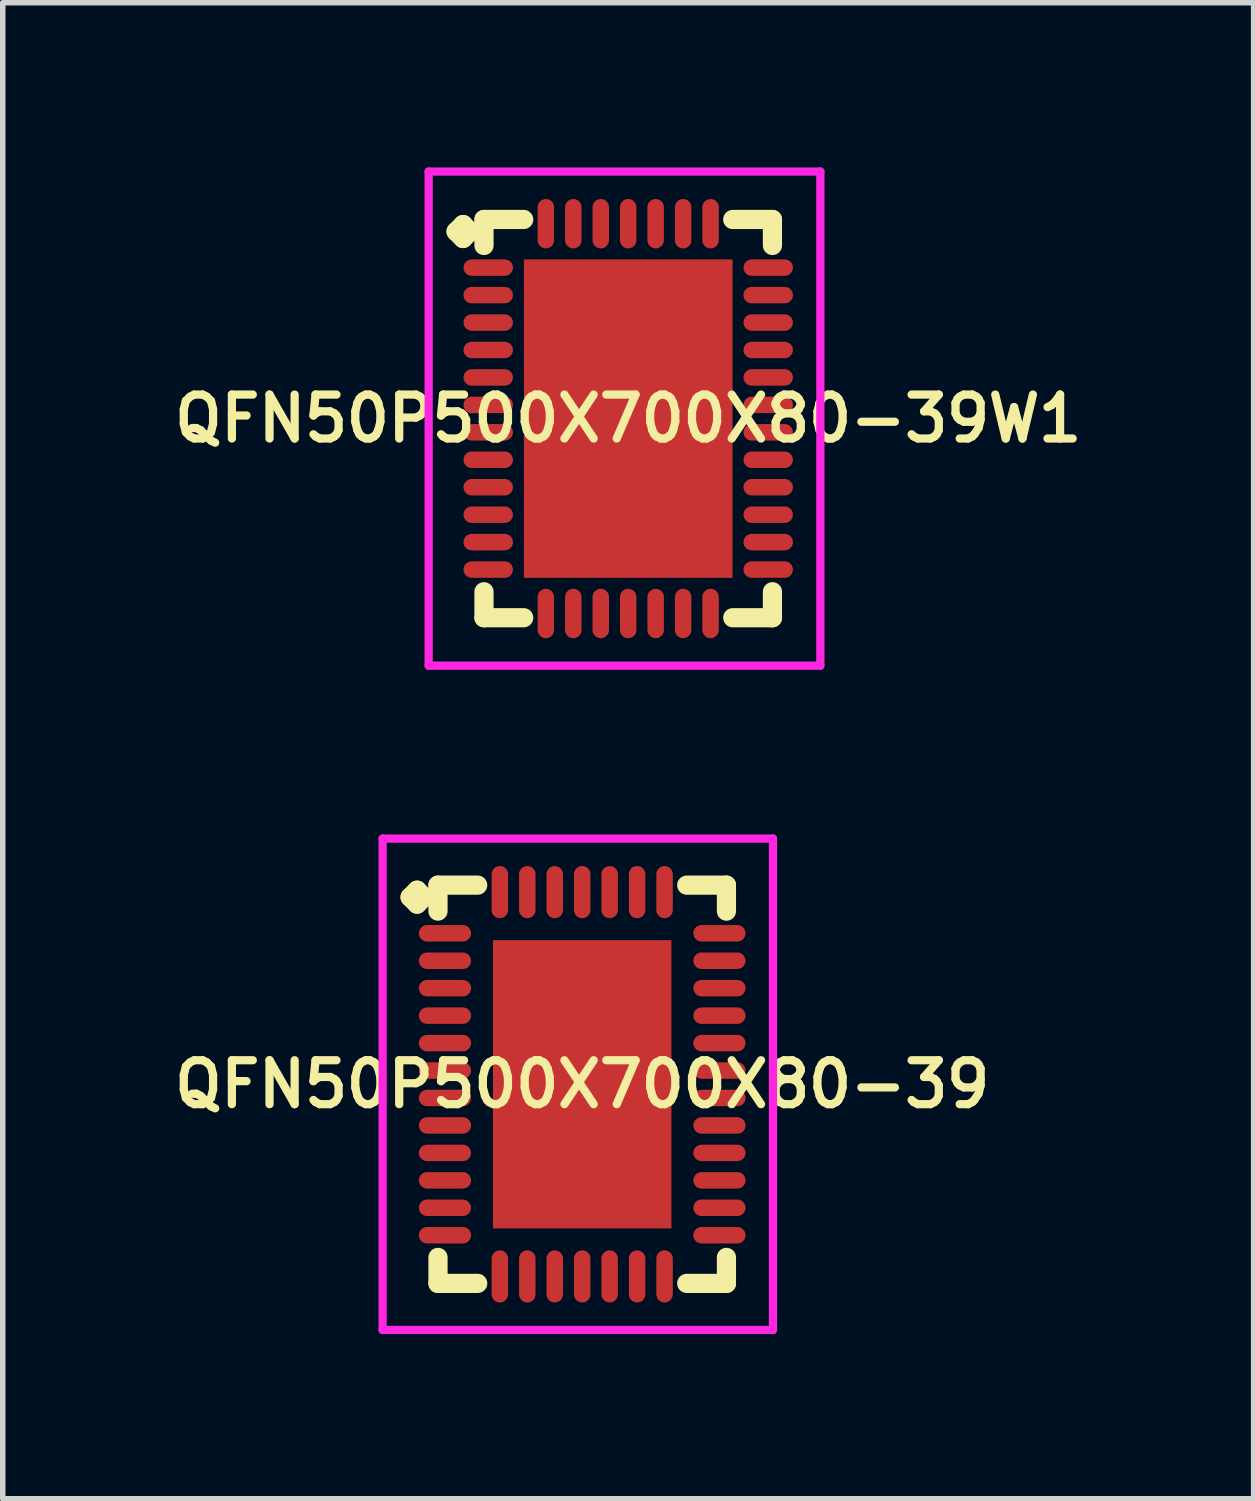
<source format=kicad_pcb>
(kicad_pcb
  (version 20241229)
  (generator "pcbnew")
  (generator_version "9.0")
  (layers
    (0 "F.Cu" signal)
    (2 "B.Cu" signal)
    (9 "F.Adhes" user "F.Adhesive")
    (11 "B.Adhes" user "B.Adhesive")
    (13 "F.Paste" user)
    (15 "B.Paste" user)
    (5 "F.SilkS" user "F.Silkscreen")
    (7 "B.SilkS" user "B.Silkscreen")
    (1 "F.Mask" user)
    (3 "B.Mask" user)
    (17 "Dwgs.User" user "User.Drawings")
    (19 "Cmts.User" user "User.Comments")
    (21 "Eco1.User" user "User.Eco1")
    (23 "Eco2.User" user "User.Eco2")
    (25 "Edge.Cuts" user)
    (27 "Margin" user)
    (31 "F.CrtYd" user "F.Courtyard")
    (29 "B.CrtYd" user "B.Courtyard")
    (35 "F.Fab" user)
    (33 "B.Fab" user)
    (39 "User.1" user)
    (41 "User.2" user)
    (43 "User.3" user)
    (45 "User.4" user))
  (footprint "QFN50P500X700X80-39"
    (layer "F.Cu")
    (at 7.555 16.7)
    (property "Reference" "QFN50P500X700X80-39" (at 0 0 0) (layer "F.SilkS") (effects (font (size 0.8 0.8) (thickness 0.15))))
    (attr smd)
    (fp_line (start -3.135 -3.408) (end -3.008 -3.535) (stroke (width 0.35) (type solid)) (layer "F.SilkS"))
    (fp_line (start -3.008 -3.535) (end -2.881 -3.408) (stroke (width 0.35) (type solid)) (layer "F.SilkS"))
    (fp_line (start -3.008 -3.281) (end -3.135 -3.408) (stroke (width 0.35) (type solid)) (layer "F.SilkS"))
    (fp_line (start -2.881 -3.408) (end -3.008 -3.281) (stroke (width 0.35) (type solid)) (layer "F.SilkS"))
    (fp_line (start -2.627 -3.627) (end -1.904 -3.627) (stroke (width 0.35) (type solid)) (layer "F.SilkS"))
    (fp_line (start -2.627 -3.154) (end -2.627 -3.627) (stroke (width 0.35) (type solid)) (layer "F.SilkS"))
    (fp_line (start -2.627 3.154) (end -2.627 3.627) (stroke (width 0.35) (type solid)) (layer "F.SilkS"))
    (fp_line (start -2.627 3.627) (end -1.904 3.627) (stroke (width 0.35) (type solid)) (layer "F.SilkS"))
    (fp_line (start 1.904 -3.627) (end 2.627 -3.627) (stroke (width 0.35) (type solid)) (layer "F.SilkS"))
    (fp_line (start 1.904 3.627) (end 2.627 3.627) (stroke (width 0.35) (type solid)) (layer "F.SilkS"))
    (fp_line (start 2.627 -3.627) (end 2.627 -3.154) (stroke (width 0.35) (type solid)) (layer "F.SilkS"))
    (fp_line (start 2.627 3.627) (end 2.627 3.154) (stroke (width 0.35) (type solid)) (layer "F.SilkS"))
    (fp_line (start -3.635 -4.475) (end 3.475 -4.475) (stroke (width 0.15) (type solid)) (layer "F.CrtYd"))
    (fp_line (start -3.635 4.475) (end -3.635 -4.475) (stroke (width 0.15) (type solid)) (layer "F.CrtYd"))
    (fp_line (start 3.475 -4.475) (end 3.475 4.475) (stroke (width 0.15) (type solid)) (layer "F.CrtYd"))
    (fp_line (start 3.475 4.475) (end -3.635 4.475) (stroke (width 0.15) (type solid)) (layer "F.CrtYd"))
    (pad "1" smd oval (at -2.5 -2.75) (size 0.95 0.3) (layers "F.Cu" "F.Mask" "F.Paste"))
    (pad "2" smd oval (at -2.5 -2.25) (size 0.95 0.3) (layers "F.Cu" "F.Mask" "F.Paste"))
    (pad "3" smd oval (at -2.5 -1.75) (size 0.95 0.3) (layers "F.Cu" "F.Mask" "F.Paste"))
    (pad "4" smd oval (at -2.5 -1.25) (size 0.95 0.3) (layers "F.Cu" "F.Mask" "F.Paste"))
    (pad "5" smd oval (at -2.5 -0.75) (size 0.95 0.3) (layers "F.Cu" "F.Mask" "F.Paste"))
    (pad "6" smd oval (at -2.5 -0.25) (size 0.95 0.3) (layers "F.Cu" "F.Mask" "F.Paste"))
    (pad "7" smd oval (at -2.5 0.25) (size 0.95 0.3) (layers "F.Cu" "F.Mask" "F.Paste"))
    (pad "8" smd oval (at -2.5 0.75) (size 0.95 0.3) (layers "F.Cu" "F.Mask" "F.Paste"))
    (pad "9" smd oval (at -2.5 1.25) (size 0.95 0.3) (layers "F.Cu" "F.Mask" "F.Paste"))
    (pad "10" smd oval (at -2.5 1.75) (size 0.95 0.3) (layers "F.Cu" "F.Mask" "F.Paste"))
    (pad "11" smd oval (at -2.5 2.25) (size 0.95 0.3) (layers "F.Cu" "F.Mask" "F.Paste"))
    (pad "12" smd oval (at -2.5 2.75) (size 0.95 0.3) (layers "F.Cu" "F.Mask" "F.Paste"))
    (pad "13" smd oval (at -1.5 3.5) (size 0.3 0.95) (layers "F.Cu" "F.Mask" "F.Paste"))
    (pad "14" smd oval (at -1 3.5) (size 0.3 0.95) (layers "F.Cu" "F.Mask" "F.Paste"))
    (pad "15" smd oval (at -0.5 3.5) (size 0.3 0.95) (layers "F.Cu" "F.Mask" "F.Paste"))
    (pad "16" smd oval (at 0 3.5) (size 0.3 0.95) (layers "F.Cu" "F.Mask" "F.Paste"))
    (pad "17" smd oval (at 0.5 3.5) (size 0.3 0.95) (layers "F.Cu" "F.Mask" "F.Paste"))
    (pad "18" smd oval (at 1 3.5) (size 0.3 0.95) (layers "F.Cu" "F.Mask" "F.Paste"))
    (pad "19" smd oval (at 1.5 3.5) (size 0.3 0.95) (layers "F.Cu" "F.Mask" "F.Paste"))
    (pad "20" smd oval (at 2.5 2.75) (size 0.95 0.3) (layers "F.Cu" "F.Mask" "F.Paste"))
    (pad "21" smd oval (at 2.5 2.25) (size 0.95 0.3) (layers "F.Cu" "F.Mask" "F.Paste"))
    (pad "22" smd oval (at 2.5 1.75) (size 0.95 0.3) (layers "F.Cu" "F.Mask" "F.Paste"))
    (pad "23" smd oval (at 2.5 1.25) (size 0.95 0.3) (layers "F.Cu" "F.Mask" "F.Paste"))
    (pad "24" smd oval (at 2.5 0.75) (size 0.95 0.3) (layers "F.Cu" "F.Mask" "F.Paste"))
    (pad "25" smd oval (at 2.5 0.25) (size 0.95 0.3) (layers "F.Cu" "F.Mask" "F.Paste"))
    (pad "26" smd oval (at 2.5 -0.25) (size 0.95 0.3) (layers "F.Cu" "F.Mask" "F.Paste"))
    (pad "27" smd oval (at 2.5 -0.75) (size 0.95 0.3) (layers "F.Cu" "F.Mask" "F.Paste"))
    (pad "28" smd oval (at 2.5 -1.25) (size 0.95 0.3) (layers "F.Cu" "F.Mask" "F.Paste"))
    (pad "29" smd oval (at 2.5 -1.75) (size 0.95 0.3) (layers "F.Cu" "F.Mask" "F.Paste"))
    (pad "30" smd oval (at 2.5 -2.25) (size 0.95 0.3) (layers "F.Cu" "F.Mask" "F.Paste"))
    (pad "31" smd oval (at 2.5 -2.75) (size 0.95 0.3) (layers "F.Cu" "F.Mask" "F.Paste"))
    (pad "32" smd oval (at 1.5 -3.5) (size 0.3 0.95) (layers "F.Cu" "F.Mask" "F.Paste"))
    (pad "33" smd oval (at 1 -3.5) (size 0.3 0.95) (layers "F.Cu" "F.Mask" "F.Paste"))
    (pad "34" smd oval (at 0.5 -3.5) (size 0.3 0.95) (layers "F.Cu" "F.Mask" "F.Paste"))
    (pad "35" smd oval (at 0 -3.5) (size 0.3 0.95) (layers "F.Cu" "F.Mask" "F.Paste"))
    (pad "36" smd oval (at -0.5 -3.5) (size 0.3 0.95) (layers "F.Cu" "F.Mask" "F.Paste"))
    (pad "37" smd oval (at -1 -3.5) (size 0.3 0.95) (layers "F.Cu" "F.Mask" "F.Paste"))
    (pad "38" smd oval (at -1.5 -3.5) (size 0.3 0.95) (layers "F.Cu" "F.Mask" "F.Paste"))
    (pad "39" smd rect (at 0 0) (size 3.25 5.25) (layers "F.Cu" "F.Mask" "F.Paste")))
  (footprint "QFN50P500X700X80-39W1"
    (layer "F.Cu")
    (at 8.393 4.575)
    (property "Reference" "QFN50P500X700X80-39W1" (at 0 0 0) (layer "F.SilkS") (effects (font (size 0.8 0.8) (thickness 0.15))))
    (attr smd)
    (fp_line (start -3.135 -3.408) (end -3.008 -3.535) (stroke (width 0.35) (type solid)) (layer "F.SilkS"))
    (fp_line (start -3.008 -3.535) (end -2.881 -3.408) (stroke (width 0.35) (type solid)) (layer "F.SilkS"))
    (fp_line (start -3.008 -3.281) (end -3.135 -3.408) (stroke (width 0.35) (type solid)) (layer "F.SilkS"))
    (fp_line (start -2.881 -3.408) (end -3.008 -3.281) (stroke (width 0.35) (type solid)) (layer "F.SilkS"))
    (fp_line (start -2.627 -3.627) (end -1.904 -3.627) (stroke (width 0.35) (type solid)) (layer "F.SilkS"))
    (fp_line (start -2.627 -3.154) (end -2.627 -3.627) (stroke (width 0.35) (type solid)) (layer "F.SilkS"))
    (fp_line (start -2.627 3.154) (end -2.627 3.627) (stroke (width 0.35) (type solid)) (layer "F.SilkS"))
    (fp_line (start -2.627 3.627) (end -1.904 3.627) (stroke (width 0.35) (type solid)) (layer "F.SilkS"))
    (fp_line (start 1.904 -3.627) (end 2.627 -3.627) (stroke (width 0.35) (type solid)) (layer "F.SilkS"))
    (fp_line (start 1.904 3.627) (end 2.627 3.627) (stroke (width 0.35) (type solid)) (layer "F.SilkS"))
    (fp_line (start 2.627 -3.627) (end 2.627 -3.154) (stroke (width 0.35) (type solid)) (layer "F.SilkS"))
    (fp_line (start 2.627 3.627) (end 2.627 3.154) (stroke (width 0.35) (type solid)) (layer "F.SilkS"))
    (fp_line (start -3.635 -4.5) (end 3.5 -4.5) (stroke (width 0.15) (type solid)) (layer "F.CrtYd"))
    (fp_line (start -3.635 4.5) (end -3.635 -4.5) (stroke (width 0.15) (type solid)) (layer "F.CrtYd"))
    (fp_line (start 3.5 -4.5) (end 3.5 4.5) (stroke (width 0.15) (type solid)) (layer "F.CrtYd"))
    (fp_line (start 3.5 4.5) (end -3.635 4.5) (stroke (width 0.15) (type solid)) (layer "F.CrtYd"))
    (pad "1" smd oval (at -2.55 -2.75) (size 0.9 0.3) (layers "F.Cu" "F.Mask" "F.Paste"))
    (pad "2" smd oval (at -2.55 -2.25) (size 0.9 0.3) (layers "F.Cu" "F.Mask" "F.Paste"))
    (pad "3" smd oval (at -2.55 -1.75) (size 0.9 0.3) (layers "F.Cu" "F.Mask" "F.Paste"))
    (pad "4" smd oval (at -2.55 -1.25) (size 0.9 0.3) (layers "F.Cu" "F.Mask" "F.Paste"))
    (pad "5" smd oval (at -2.55 -0.75) (size 0.9 0.3) (layers "F.Cu" "F.Mask" "F.Paste"))
    (pad "6" smd oval (at -2.55 -0.25) (size 0.9 0.3) (layers "F.Cu" "F.Mask" "F.Paste"))
    (pad "7" smd oval (at -2.55 0.25) (size 0.9 0.3) (layers "F.Cu" "F.Mask" "F.Paste"))
    (pad "8" smd oval (at -2.55 0.75) (size 0.9 0.3) (layers "F.Cu" "F.Mask" "F.Paste"))
    (pad "9" smd oval (at -2.55 1.25) (size 0.9 0.3) (layers "F.Cu" "F.Mask" "F.Paste"))
    (pad "10" smd oval (at -2.55 1.75) (size 0.9 0.3) (layers "F.Cu" "F.Mask" "F.Paste"))
    (pad "11" smd oval (at -2.55 2.25) (size 0.9 0.3) (layers "F.Cu" "F.Mask" "F.Paste"))
    (pad "12" smd oval (at -2.55 2.75) (size 0.9 0.3) (layers "F.Cu" "F.Mask" "F.Paste"))
    (pad "13" smd oval (at -1.5 3.55) (size 0.3 0.9) (layers "F.Cu" "F.Mask" "F.Paste"))
    (pad "14" smd oval (at -1 3.55) (size 0.3 0.9) (layers "F.Cu" "F.Mask" "F.Paste"))
    (pad "15" smd oval (at -0.5 3.55) (size 0.3 0.9) (layers "F.Cu" "F.Mask" "F.Paste"))
    (pad "16" smd oval (at 0 3.55) (size 0.3 0.9) (layers "F.Cu" "F.Mask" "F.Paste"))
    (pad "17" smd oval (at 0.5 3.55) (size 0.3 0.9) (layers "F.Cu" "F.Mask" "F.Paste"))
    (pad "18" smd oval (at 1 3.55) (size 0.3 0.9) (layers "F.Cu" "F.Mask" "F.Paste"))
    (pad "19" smd oval (at 1.5 3.55) (size 0.3 0.9) (layers "F.Cu" "F.Mask" "F.Paste"))
    (pad "20" smd oval (at 2.55 2.75) (size 0.9 0.3) (layers "F.Cu" "F.Mask" "F.Paste"))
    (pad "21" smd oval (at 2.55 2.25) (size 0.9 0.3) (layers "F.Cu" "F.Mask" "F.Paste"))
    (pad "22" smd oval (at 2.55 1.75) (size 0.9 0.3) (layers "F.Cu" "F.Mask" "F.Paste"))
    (pad "23" smd oval (at 2.55 1.25) (size 0.9 0.3) (layers "F.Cu" "F.Mask" "F.Paste"))
    (pad "24" smd oval (at 2.55 0.75) (size 0.9 0.3) (layers "F.Cu" "F.Mask" "F.Paste"))
    (pad "25" smd oval (at 2.55 0.25) (size 0.9 0.3) (layers "F.Cu" "F.Mask" "F.Paste"))
    (pad "26" smd oval (at 2.55 -0.25) (size 0.9 0.3) (layers "F.Cu" "F.Mask" "F.Paste"))
    (pad "27" smd oval (at 2.55 -0.75) (size 0.9 0.3) (layers "F.Cu" "F.Mask" "F.Paste"))
    (pad "28" smd oval (at 2.55 -1.25) (size 0.9 0.3) (layers "F.Cu" "F.Mask" "F.Paste"))
    (pad "29" smd oval (at 2.55 -1.75) (size 0.9 0.3) (layers "F.Cu" "F.Mask" "F.Paste"))
    (pad "30" smd oval (at 2.55 -2.25) (size 0.9 0.3) (layers "F.Cu" "F.Mask" "F.Paste"))
    (pad "31" smd oval (at 2.55 -2.75) (size 0.9 0.3) (layers "F.Cu" "F.Mask" "F.Paste"))
    (pad "32" smd oval (at 1.5 -3.55) (size 0.3 0.9) (layers "F.Cu" "F.Mask" "F.Paste"))
    (pad "33" smd oval (at 1 -3.55) (size 0.3 0.9) (layers "F.Cu" "F.Mask" "F.Paste"))
    (pad "34" smd oval (at 0.5 -3.55) (size 0.3 0.9) (layers "F.Cu" "F.Mask" "F.Paste"))
    (pad "35" smd oval (at 0 -3.55) (size 0.3 0.9) (layers "F.Cu" "F.Mask" "F.Paste"))
    (pad "36" smd oval (at -0.5 -3.55) (size 0.3 0.9) (layers "F.Cu" "F.Mask" "F.Paste"))
    (pad "37" smd oval (at -1 -3.55) (size 0.3 0.9) (layers "F.Cu" "F.Mask" "F.Paste"))
    (pad "38" smd oval (at -1.5 -3.55) (size 0.3 0.9) (layers "F.Cu" "F.Mask" "F.Paste"))
    (pad "39" smd rect (at 0 0) (size 3.8 5.8) (layers "F.Cu" "F.Mask" "F.Paste")))
  (gr_rect
    (start -3 -3)
    (end 19.785 24.25)
    (stroke (width 0.1) (type default))
    (fill no)
    (layer "Edge.Cuts")))
</source>
